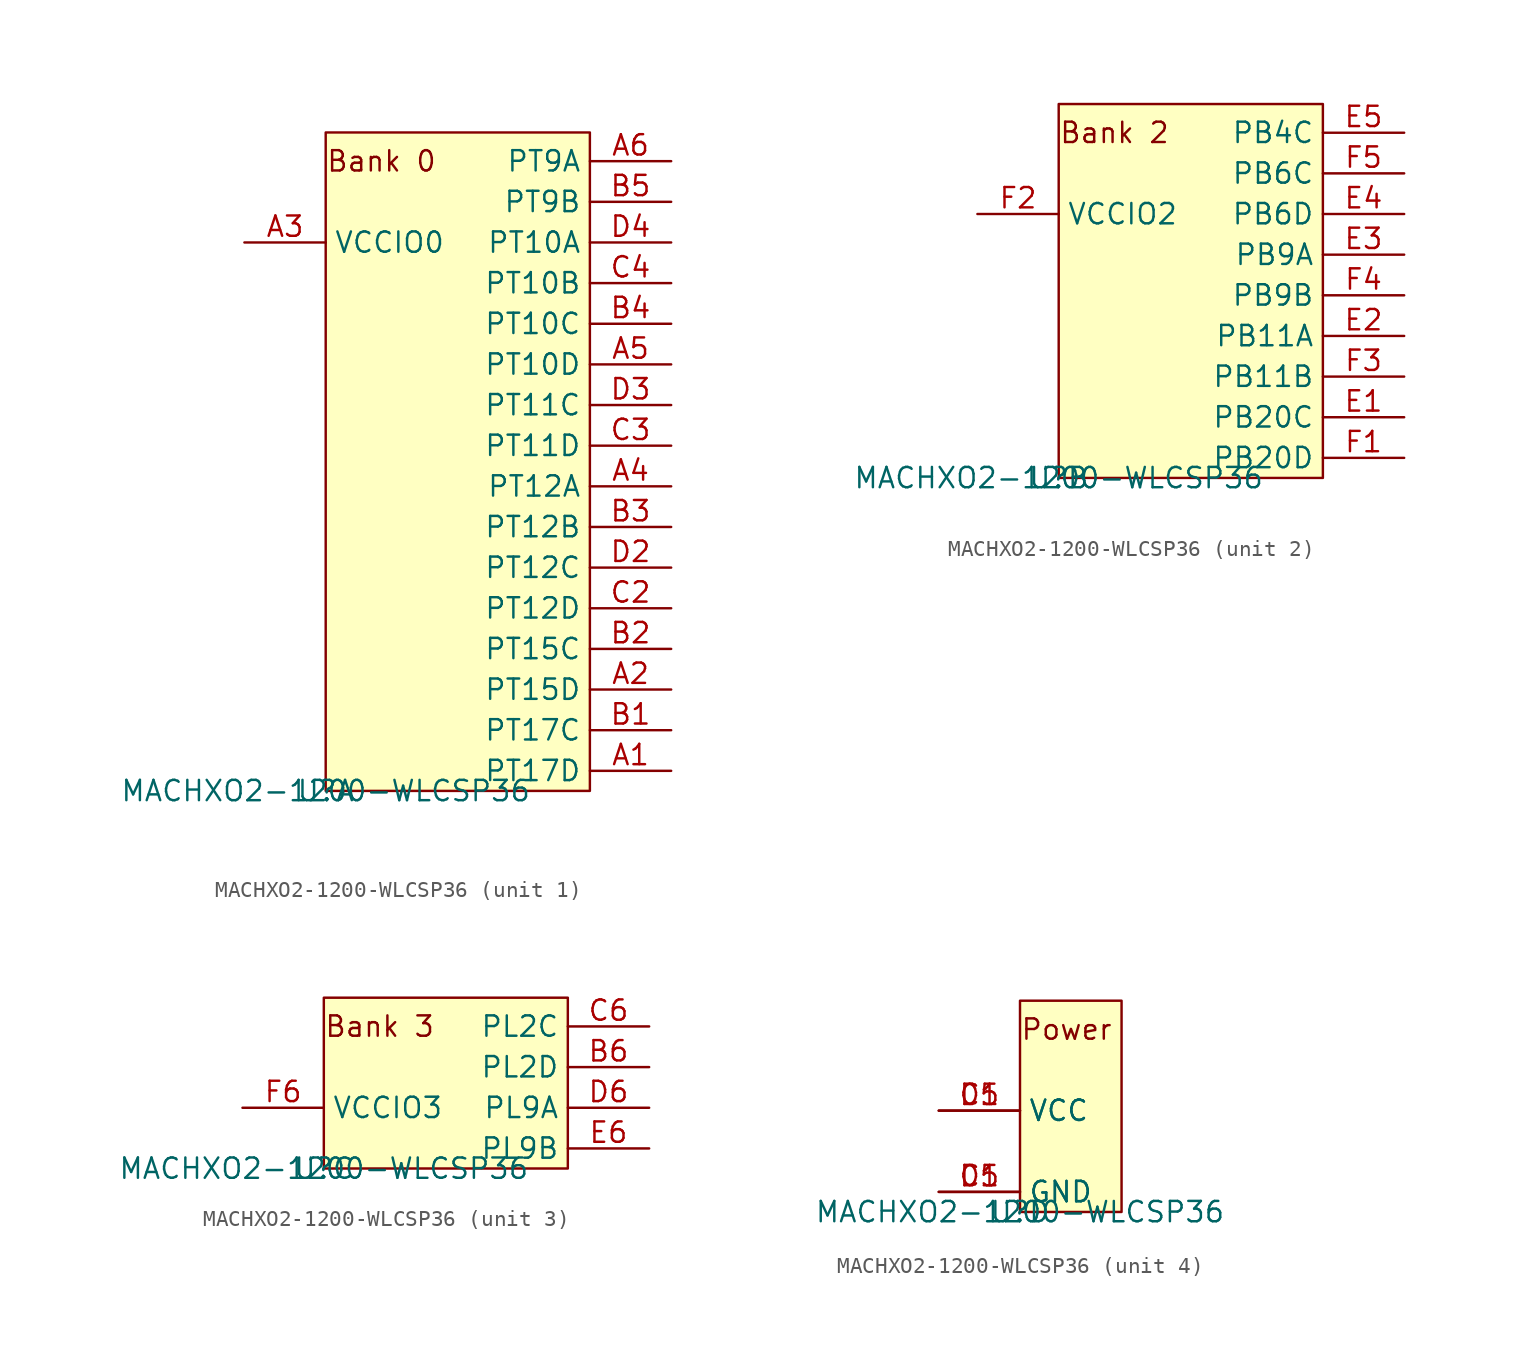
<source format=kicad_sym>
(kicad_symbol_lib
  (version 20211014)
  (generator kicad_symbol_editor)
  (symbol "MACHXO2-1200-WLCSP36"
    (property "Reference" "U"
      (at 0 0 0)
      (effects (font (size 1.27 1.27))))
    (property "Value" "MACHXO2-1200-WLCSP36"
      (at 0 0 0)
      (effects (font (size 1.27 1.27))))
    (property "ki_locked" ""
      (at 0 0 0)
      (effects (font (size 1.27 1.27))))
    (symbol "MACHXO2-1200-WLCSP36_1_0"
      (pin power_in line (at -5.08 34.274 0) (length 5.08) (name "VCCIO0" (effects (font (size 1.27 1.27)))) (number "A3" (effects (font (size 1.27 1.27)))))
      (pin bidirectional line (at 21.59 39.354 180) (length 5.08) (name "PT9A" (effects (font (size 1.27 1.27)))) (number "A6" (effects (font (size 1.27 1.27)))))
      (pin bidirectional line (at 21.59 36.814 180) (length 5.08) (name "PT9B" (effects (font (size 1.27 1.27)))) (number "B5" (effects (font (size 1.27 1.27)))))
      (pin bidirectional line (at 21.59 34.274 180) (length 5.08) (name "PT10A" (effects (font (size 1.27 1.27)))) (number "D4" (effects (font (size 1.27 1.27)))))
      (pin bidirectional line (at 21.59 31.734 180) (length 5.08) (name "PT10B" (effects (font (size 1.27 1.27)))) (number "C4" (effects (font (size 1.27 1.27)))))
      (pin bidirectional line (at 21.59 29.194 180) (length 5.08) (name "PT10C" (effects (font (size 1.27 1.27)))) (number "B4" (effects (font (size 1.27 1.27)))))
      (pin bidirectional line (at 21.59 26.654 180) (length 5.08) (name "PT10D" (effects (font (size 1.27 1.27)))) (number "A5" (effects (font (size 1.27 1.27)))))
      (pin bidirectional line (at 21.59 24.114 180) (length 5.08) (name "PT11C" (effects (font (size 1.27 1.27)))) (number "D3" (effects (font (size 1.27 1.27)))))
      (pin bidirectional line (at 21.59 21.574 180) (length 5.08) (name "PT11D" (effects (font (size 1.27 1.27)))) (number "C3" (effects (font (size 1.27 1.27)))))
      (pin bidirectional line (at 21.59 19.034 180) (length 5.08) (name "PT12A" (effects (font (size 1.27 1.27)))) (number "A4" (effects (font (size 1.27 1.27)))))
      (pin bidirectional line (at 21.59 16.494 180) (length 5.08) (name "PT12B" (effects (font (size 1.27 1.27)))) (number "B3" (effects (font (size 1.27 1.27)))))
      (pin bidirectional line (at 21.59 13.954 180) (length 5.08) (name "PT12C" (effects (font (size 1.27 1.27)))) (number "D2" (effects (font (size 1.27 1.27)))))
      (pin bidirectional line (at 21.59 11.414 180) (length 5.08) (name "PT12D" (effects (font (size 1.27 1.27)))) (number "C2" (effects (font (size 1.27 1.27)))))
      (pin bidirectional line (at 21.59 8.874 180) (length 5.08) (name "PT15C" (effects (font (size 1.27 1.27)))) (number "B2" (effects (font (size 1.27 1.27)))))
      (pin bidirectional line (at 21.59 6.334 180) (length 5.08) (name "PT15D" (effects (font (size 1.27 1.27)))) (number "A2" (effects (font (size 1.27 1.27)))))
      (pin bidirectional line (at 21.59 3.794 180) (length 5.08) (name "PT17C" (effects (font (size 1.27 1.27)))) (number "B1" (effects (font (size 1.27 1.27)))))
      (pin bidirectional line (at 21.59 1.254 180) (length 5.08) (name "PT17D" (effects (font (size 1.27 1.27)))) (number "A1" (effects (font (size 1.27 1.27))))))
    (symbol "MACHXO2-1200-WLCSP36_1_1"
      (rectangle (start 0 0) (end 16.51 41.148) (stroke (width 0) (type default) (color 0 0 0 0)) (fill (type background)))
      (text "Bank 0" (at 0 39.354 0) (effects (font (size 1.27 1.27)) (justify left))))
    (symbol "MACHXO2-1200-WLCSP36_2_0"
      (pin power_in line (at -5.08 16.494 0) (length 5.08) (name "VCCIO2" (effects (font (size 1.27 1.27)))) (number "F2" (effects (font (size 1.27 1.27)))))
      (pin bidirectional line (at 21.59 21.574 180) (length 5.08) (name "PB4C" (effects (font (size 1.27 1.27)))) (number "E5" (effects (font (size 1.27 1.27)))))
      (pin bidirectional line (at 21.59 19.034 180) (length 5.08) (name "PB6C" (effects (font (size 1.27 1.27)))) (number "F5" (effects (font (size 1.27 1.27)))))
      (pin bidirectional line (at 21.59 16.494 180) (length 5.08) (name "PB6D" (effects (font (size 1.27 1.27)))) (number "E4" (effects (font (size 1.27 1.27)))))
      (pin bidirectional line (at 21.59 13.954 180) (length 5.08) (name "PB9A" (effects (font (size 1.27 1.27)))) (number "E3" (effects (font (size 1.27 1.27)))))
      (pin bidirectional line (at 21.59 11.414 180) (length 5.08) (name "PB9B" (effects (font (size 1.27 1.27)))) (number "F4" (effects (font (size 1.27 1.27)))))
      (pin bidirectional line (at 21.59 8.874 180) (length 5.08) (name "PB11A" (effects (font (size 1.27 1.27)))) (number "E2" (effects (font (size 1.27 1.27)))))
      (pin bidirectional line (at 21.59 6.334 180) (length 5.08) (name "PB11B" (effects (font (size 1.27 1.27)))) (number "F3" (effects (font (size 1.27 1.27)))))
      (pin bidirectional line (at 21.59 3.794 180) (length 5.08) (name "PB20C" (effects (font (size 1.27 1.27)))) (number "E1" (effects (font (size 1.27 1.27)))))
      (pin bidirectional line (at 21.59 1.254 180) (length 5.08) (name "PB20D" (effects (font (size 1.27 1.27)))) (number "F1" (effects (font (size 1.27 1.27))))))
    (symbol "MACHXO2-1200-WLCSP36_2_1"
      (rectangle (start 0 0) (end 16.51 23.368) (stroke (width 0) (type default) (color 0 0 0 0)) (fill (type background)))
      (text "Bank 2" (at 0 21.574 0) (effects (font (size 1.27 1.27)) (justify left))))
    (symbol "MACHXO2-1200-WLCSP36_3_0"
      (pin power_in line (at -5.08 3.794 0) (length 5.08) (name "VCCIO3" (effects (font (size 1.27 1.27)))) (number "F6" (effects (font (size 1.27 1.27)))))
      (pin bidirectional line (at 20.32 8.874 180) (length 5.08) (name "PL2C" (effects (font (size 1.27 1.27)))) (number "C6" (effects (font (size 1.27 1.27)))))
      (pin bidirectional line (at 20.32 6.334 180) (length 5.08) (name "PL2D" (effects (font (size 1.27 1.27)))) (number "B6" (effects (font (size 1.27 1.27)))))
      (pin bidirectional line (at 20.32 3.794 180) (length 5.08) (name "PL9A" (effects (font (size 1.27 1.27)))) (number "D6" (effects (font (size 1.27 1.27)))))
      (pin bidirectional line (at 20.32 1.254 180) (length 5.08) (name "PL9B" (effects (font (size 1.27 1.27)))) (number "E6" (effects (font (size 1.27 1.27))))))
    (symbol "MACHXO2-1200-WLCSP36_3_1"
      (rectangle (start 0 0) (end 15.24 10.668) (stroke (width 0) (type default) (color 0 0 0 0)) (fill (type background)))
      (text "Bank 3" (at 0 8.874 0) (effects (font (size 1.27 1.27)) (justify left))))
    (symbol "MACHXO2-1200-WLCSP36_4_0"
      (pin power_in line (at -5.08 6.334 0) (length 5.08) (name "VCC" (effects (font (size 1.27 1.27)))) (number "C1" (effects (font (size 1.27 1.27)))))
      (pin power_in line (at -5.08 6.334 0) (length 5.08) (name "VCC" (effects (font (size 1.27 1.27)))) (number "D5" (effects (font (size 1.27 1.27)))))
      (pin power_in line (at -5.08 1.254 0) (length 5.08) (name "GND" (effects (font (size 1.27 1.27)))) (number "C5" (effects (font (size 1.27 1.27)))))
      (pin power_in line (at -5.08 1.254 0) (length 5.08) (name "GND" (effects (font (size 1.27 1.27)))) (number "D1" (effects (font (size 1.27 1.27))))))
    (symbol "MACHXO2-1200-WLCSP36_4_1"
      (rectangle (start 0 0) (end 6.35 13.208) (stroke (width 0) (type default) (color 0 0 0 0)) (fill (type background)))
      (text "Power" (at 0 11.414 0) (effects (font (size 1.27 1.27)) (justify left))))))
</source>
